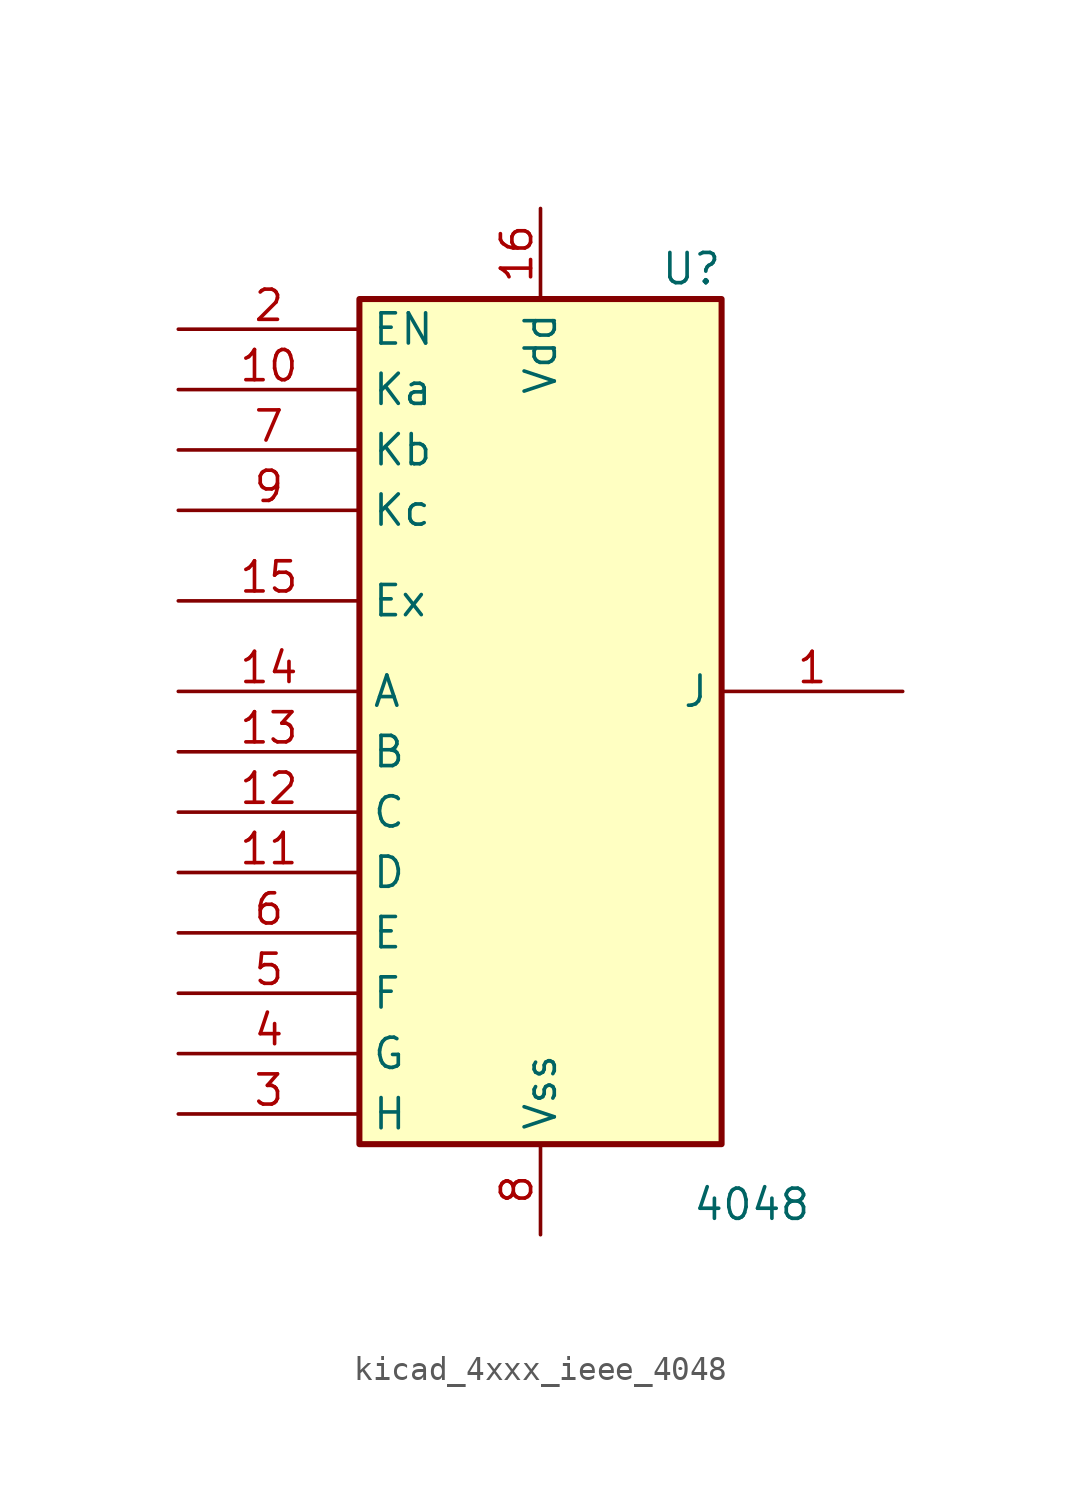
<source format=kicad_sym>
(kicad_symbol_lib
  (version 20220914)
  (generator kicad_symbol_editor)
  (symbol "kicad_4xxx_ieee_4048"
    (property "Reference" "U"
      (at 6.35 17.78 0)
      (effects (font (size 1.27 1.27))))
    (property "Value" "4048"
      (at 8.89 -21.59 0)
      (effects (font (size 1.27 1.27))))
    (symbol "kicad_4xxx_ieee_4048_0_1"
      (rectangle (start -7.62 16.51) (end 7.62 -19.05) (stroke (width 0.254) (type default)) (fill (type background))))
    (symbol "kicad_4xxx_ieee_4048_1_1"
      (pin output line (at 15.24 0 180) (length 7.62) (name "J" (effects (font (size 1.27 1.27)))) (number "1" (effects (font (size 1.27 1.27)))))
      (pin input line (at -15.24 12.7 0) (length 7.62) (name "Ka" (effects (font (size 1.27 1.27)))) (number "10" (effects (font (size 1.27 1.27)))))
      (pin input line (at -15.24 -7.62 0) (length 7.62) (name "D" (effects (font (size 1.27 1.27)))) (number "11" (effects (font (size 1.27 1.27)))))
      (pin input line (at -15.24 -5.08 0) (length 7.62) (name "C" (effects (font (size 1.27 1.27)))) (number "12" (effects (font (size 1.27 1.27)))))
      (pin input line (at -15.24 -2.54 0) (length 7.62) (name "B" (effects (font (size 1.27 1.27)))) (number "13" (effects (font (size 1.27 1.27)))))
      (pin input line (at -15.24 0 0) (length 7.62) (name "A" (effects (font (size 1.27 1.27)))) (number "14" (effects (font (size 1.27 1.27)))))
      (pin input line (at -15.24 3.81 0) (length 7.62) (name "Ex" (effects (font (size 1.27 1.27)))) (number "15" (effects (font (size 1.27 1.27)))))
      (pin power_in line (at 0 20.32 270) (length 3.81) (name "Vdd" (effects (font (size 1.27 1.27)))) (number "16" (effects (font (size 1.27 1.27)))))
      (pin input line (at -15.24 15.24 0) (length 7.62) (name "EN" (effects (font (size 1.27 1.27)))) (number "2" (effects (font (size 1.27 1.27)))))
      (pin input line (at -15.24 -17.78 0) (length 7.62) (name "H" (effects (font (size 1.27 1.27)))) (number "3" (effects (font (size 1.27 1.27)))))
      (pin input line (at -15.24 -15.24 0) (length 7.62) (name "G" (effects (font (size 1.27 1.27)))) (number "4" (effects (font (size 1.27 1.27)))))
      (pin input line (at -15.24 -12.7 0) (length 7.62) (name "F" (effects (font (size 1.27 1.27)))) (number "5" (effects (font (size 1.27 1.27)))))
      (pin input line (at -15.24 -10.16 0) (length 7.62) (name "E" (effects (font (size 1.27 1.27)))) (number "6" (effects (font (size 1.27 1.27)))))
      (pin input line (at -15.24 10.16 0) (length 7.62) (name "Kb" (effects (font (size 1.27 1.27)))) (number "7" (effects (font (size 1.27 1.27)))))
      (pin power_in line (at 0 -22.86 90) (length 3.81) (name "Vss" (effects (font (size 1.27 1.27)))) (number "8" (effects (font (size 1.27 1.27)))))
      (pin input line (at -15.24 7.62 0) (length 7.62) (name "Kc" (effects (font (size 1.27 1.27)))) (number "9" (effects (font (size 1.27 1.27))))))))
</source>
